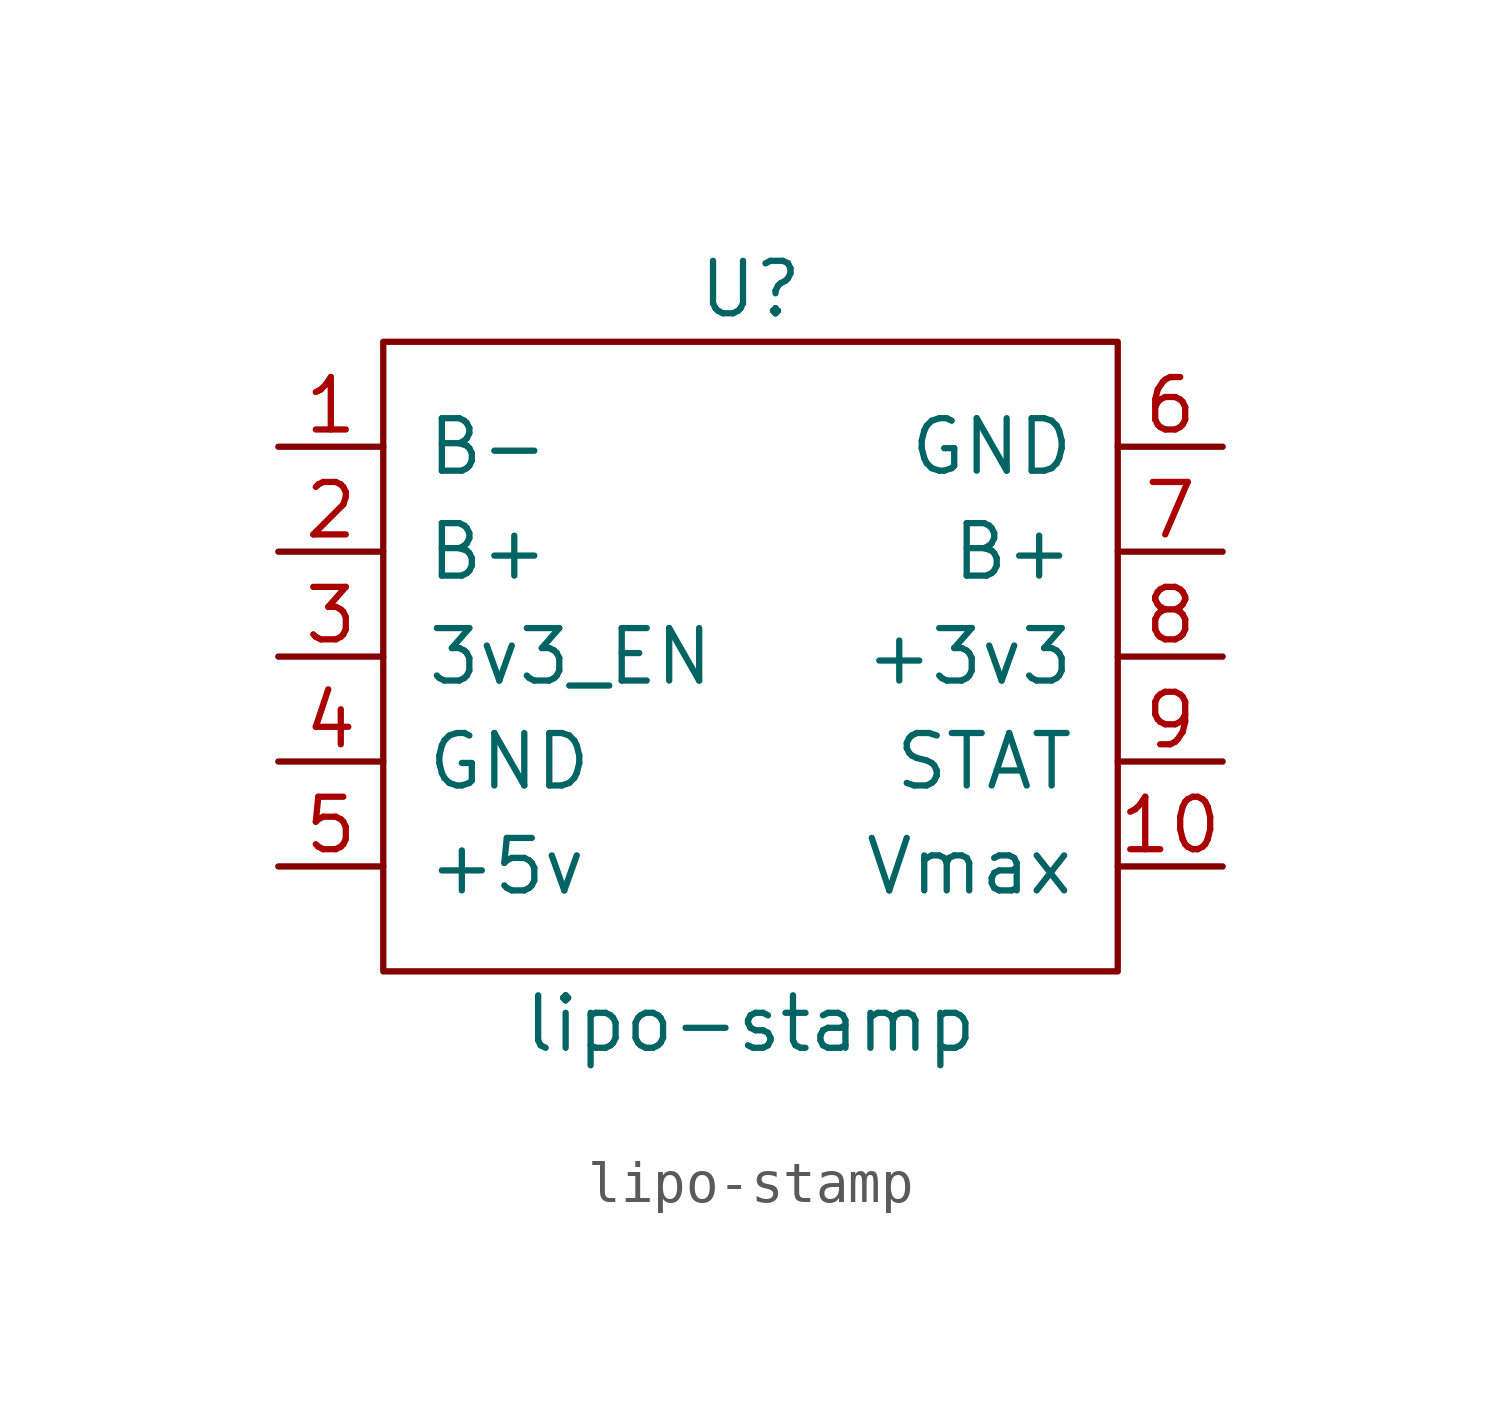
<source format=kicad_sym>
(kicad_symbol_lib
  (version 20211014)
  (generator kicad_symbol_editor)
  (symbol "lipo-stamp"
    (pin_names
      (offset 1.016))
    (property "Reference" "U"
      (at 0 1.27 0)
      (effects (font (size 1.27 1.27))))
    (property "Value" "lipo-stamp"
      (at 0 -16.51 0)
      (effects (font (size 1.27 1.27))))
    (symbol "lipo-stamp_0_1"
      (rectangle (start -8.89 0) (end 8.89 -15.24) (stroke (width 0) (type default) (color 0 0 0 0)) (fill (type none))))
    (symbol "lipo-stamp_1_1"
      (pin power_in line (at -11.43 -2.54 0) (length 2.54) (name "B-" (effects (font (size 1.27 1.27)))) (number "1" (effects (font (size 1.27 1.27)))))
      (pin power_out line (at 11.43 -12.7 180) (length 2.54) (name "Vmax" (effects (font (size 1.27 1.27)))) (number "10" (effects (font (size 1.27 1.27)))))
      (pin power_in line (at -11.43 -5.08 0) (length 2.54) (name "B+" (effects (font (size 1.27 1.27)))) (number "2" (effects (font (size 1.27 1.27)))))
      (pin input line (at -11.43 -7.62 0) (length 2.54) (name "3v3_EN" (effects (font (size 1.27 1.27)))) (number "3" (effects (font (size 1.27 1.27)))))
      (pin power_in line (at -11.43 -10.16 0) (length 2.54) (name "GND" (effects (font (size 1.27 1.27)))) (number "4" (effects (font (size 1.27 1.27)))))
      (pin power_in line (at -11.43 -12.7 0) (length 2.54) (name "+5v" (effects (font (size 1.27 1.27)))) (number "5" (effects (font (size 1.27 1.27)))))
      (pin power_out line (at 11.43 -2.54 180) (length 2.54) (name "GND" (effects (font (size 1.27 1.27)))) (number "6" (effects (font (size 1.27 1.27)))))
      (pin power_out line (at 11.43 -5.08 180) (length 2.54) (name "B+" (effects (font (size 1.27 1.27)))) (number "7" (effects (font (size 1.27 1.27)))))
      (pin power_out line (at 11.43 -7.62 180) (length 2.54) (name "+3v3" (effects (font (size 1.27 1.27)))) (number "8" (effects (font (size 1.27 1.27)))))
      (pin output line (at 11.43 -10.16 180) (length 2.54) (name "STAT" (effects (font (size 1.27 1.27)))) (number "9" (effects (font (size 1.27 1.27))))))))
</source>
